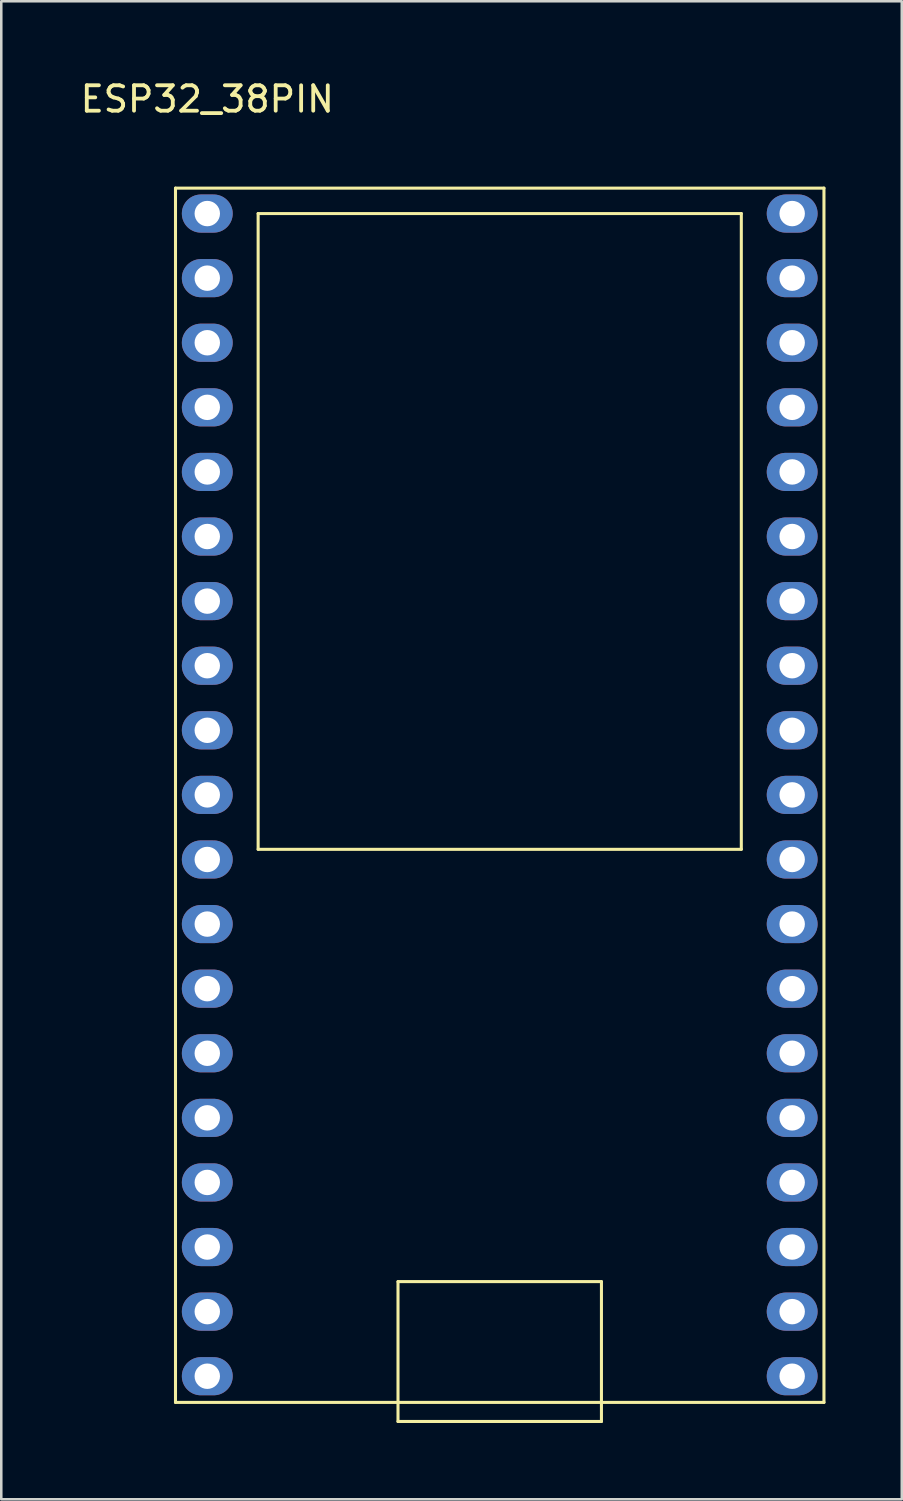
<source format=kicad_pcb>
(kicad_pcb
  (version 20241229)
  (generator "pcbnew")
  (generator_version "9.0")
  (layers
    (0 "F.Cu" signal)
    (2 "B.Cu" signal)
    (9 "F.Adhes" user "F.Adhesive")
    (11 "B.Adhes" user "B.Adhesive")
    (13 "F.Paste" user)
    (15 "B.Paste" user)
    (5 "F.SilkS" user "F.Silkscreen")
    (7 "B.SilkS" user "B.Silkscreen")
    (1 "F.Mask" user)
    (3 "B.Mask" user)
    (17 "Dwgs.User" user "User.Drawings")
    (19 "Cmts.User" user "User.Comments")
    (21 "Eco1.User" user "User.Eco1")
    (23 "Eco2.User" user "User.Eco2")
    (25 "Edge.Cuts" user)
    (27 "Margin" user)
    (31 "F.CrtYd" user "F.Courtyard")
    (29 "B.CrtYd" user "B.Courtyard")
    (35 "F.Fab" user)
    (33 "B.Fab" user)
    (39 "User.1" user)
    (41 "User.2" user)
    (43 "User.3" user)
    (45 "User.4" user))
  (footprint "ESP32_38PIN"
    (layer "F.Cu")
    (at 5.101 5.348)
    (property "Reference" "ESP32_38PIN" (at 0 -4.5 0) (layer "F.SilkS") (effects (font (size 1 1) (thickness 0.15))))
    (attr through_hole)
    (fp_line (start -1.25 -1) (end -1.25 46.75) (stroke (width 0.12) (type solid)) (layer "F.SilkS"))
    (fp_line (start -1.25 46.75) (end 24.25 46.75) (stroke (width 0.12) (type solid)) (layer "F.SilkS"))
    (fp_line (start 2 0) (end 2 25) (stroke (width 0.12) (type solid)) (layer "F.SilkS"))
    (fp_line (start 2 25) (end 21 25) (stroke (width 0.12) (type solid)) (layer "F.SilkS"))
    (fp_line (start 7.5 42) (end 7.5 47.5) (stroke (width 0.12) (type solid)) (layer "F.SilkS"))
    (fp_line (start 7.5 47.5) (end 15.5 47.5) (stroke (width 0.12) (type solid)) (layer "F.SilkS"))
    (fp_line (start 15.5 42) (end 7.5 42) (stroke (width 0.12) (type solid)) (layer "F.SilkS"))
    (fp_line (start 15.5 47.5) (end 15.5 42) (stroke (width 0.12) (type solid)) (layer "F.SilkS"))
    (fp_line (start 21 0) (end 2 0) (stroke (width 0.12) (type solid)) (layer "F.SilkS"))
    (fp_line (start 21 25) (end 21 0) (stroke (width 0.12) (type solid)) (layer "F.SilkS"))
    (fp_line (start 24.25 -1) (end -1.25 -1) (stroke (width 0.12) (type solid)) (layer "F.SilkS"))
    (fp_line (start 24.25 46.75) (end 24.25 -1) (stroke (width 0.12) (type solid)) (layer "F.SilkS"))
    (pad "1" thru_hole oval (at 0 0) (size 2 1.5) (drill 1) (layers "*.Cu" "*.Mask"))
    (pad "2" thru_hole oval (at 0 2.54) (size 2 1.5) (drill 1) (layers "*.Cu" "*.Mask"))
    (pad "3" thru_hole oval (at 0 5.08) (size 2 1.5) (drill 1) (layers "*.Cu" "*.Mask"))
    (pad "4" thru_hole oval (at 0 7.62) (size 2 1.5) (drill 1) (layers "*.Cu" "*.Mask"))
    (pad "5" thru_hole oval (at 0 10.16) (size 2 1.5) (drill 1) (layers "*.Cu" "*.Mask"))
    (pad "6" thru_hole oval (at 0 12.7) (size 2 1.5) (drill 1) (layers "*.Cu" "*.Mask"))
    (pad "7" thru_hole oval (at 0 15.24) (size 2 1.5) (drill 1) (layers "*.Cu" "*.Mask"))
    (pad "8" thru_hole oval (at 0 17.78) (size 2 1.5) (drill 1) (layers "*.Cu" "*.Mask"))
    (pad "9" thru_hole oval (at 0 20.32) (size 2 1.5) (drill 1) (layers "*.Cu" "*.Mask"))
    (pad "10" thru_hole oval (at 0 22.86) (size 2 1.5) (drill 1) (layers "*.Cu" "*.Mask"))
    (pad "11" thru_hole oval (at 0 25.4) (size 2 1.5) (drill 1) (layers "*.Cu" "*.Mask"))
    (pad "12" thru_hole oval (at 0 27.94) (size 2 1.5) (drill 1) (layers "*.Cu" "*.Mask"))
    (pad "13" thru_hole oval (at 0 30.48) (size 2 1.5) (drill 1) (layers "*.Cu" "*.Mask"))
    (pad "14" thru_hole oval (at 0 33.02) (size 2 1.5) (drill 1) (layers "*.Cu" "*.Mask"))
    (pad "15" thru_hole oval (at 0 35.56) (size 2 1.5) (drill 1) (layers "*.Cu" "*.Mask"))
    (pad "16" thru_hole oval (at 0 38.1) (size 2 1.5) (drill 1) (layers "*.Cu" "*.Mask"))
    (pad "17" thru_hole oval (at 0 40.64) (size 2 1.5) (drill 1) (layers "*.Cu" "*.Mask"))
    (pad "18" thru_hole oval (at 0 43.18) (size 2 1.5) (drill 1) (layers "*.Cu" "*.Mask"))
    (pad "19" thru_hole oval (at 0 45.72) (size 2 1.5) (drill 1) (layers "*.Cu" "*.Mask"))
    (pad "20" thru_hole oval (at 23 45.72) (size 2 1.5) (drill 1) (layers "*.Cu" "*.Mask"))
    (pad "21" thru_hole oval (at 23 43.18) (size 2 1.5) (drill 1) (layers "*.Cu" "*.Mask"))
    (pad "22" thru_hole oval (at 23 40.64) (size 2 1.5) (drill 1) (layers "*.Cu" "*.Mask"))
    (pad "23" thru_hole oval (at 23 38.1) (size 2 1.5) (drill 1) (layers "*.Cu" "*.Mask"))
    (pad "24" thru_hole oval (at 23 35.56) (size 2 1.5) (drill 1) (layers "*.Cu" "*.Mask"))
    (pad "25" thru_hole oval (at 23 33.02) (size 2 1.5) (drill 1) (layers "*.Cu" "*.Mask"))
    (pad "26" thru_hole oval (at 23 30.48) (size 2 1.5) (drill 1) (layers "*.Cu" "*.Mask"))
    (pad "27" thru_hole oval (at 23 27.94) (size 2 1.5) (drill 1) (layers "*.Cu" "*.Mask"))
    (pad "28" thru_hole oval (at 23 25.4) (size 2 1.5) (drill 1) (layers "*.Cu" "*.Mask"))
    (pad "29" thru_hole oval (at 23 22.86) (size 2 1.5) (drill 1) (layers "*.Cu" "*.Mask"))
    (pad "30" thru_hole oval (at 23 20.32) (size 2 1.5) (drill 1) (layers "*.Cu" "*.Mask"))
    (pad "31" thru_hole oval (at 23 17.78) (size 2 1.5) (drill 1) (layers "*.Cu" "*.Mask"))
    (pad "32" thru_hole oval (at 23 15.24) (size 2 1.5) (drill 1) (layers "*.Cu" "*.Mask"))
    (pad "33" thru_hole oval (at 23 12.7) (size 2 1.5) (drill 1) (layers "*.Cu" "*.Mask"))
    (pad "34" thru_hole oval (at 23 10.16) (size 2 1.5) (drill 1) (layers "*.Cu" "*.Mask"))
    (pad "35" thru_hole oval (at 23 7.62) (size 2 1.5) (drill 1) (layers "*.Cu" "*.Mask"))
    (pad "36" thru_hole oval (at 23 5.08) (size 2 1.5) (drill 1) (layers "*.Cu" "*.Mask"))
    (pad "37" thru_hole oval (at 23 2.54) (size 2 1.5) (drill 1) (layers "*.Cu" "*.Mask"))
    (pad "38" thru_hole oval (at 23 0) (size 2 1.5) (drill 1) (layers "*.Cu" "*.Mask")))
  (gr_rect
    (start -3 -3)
    (end 32.411 55.908)
    (stroke (width 0.1) (type default))
    (fill no)
    (layer "Edge.Cuts")))
</source>
